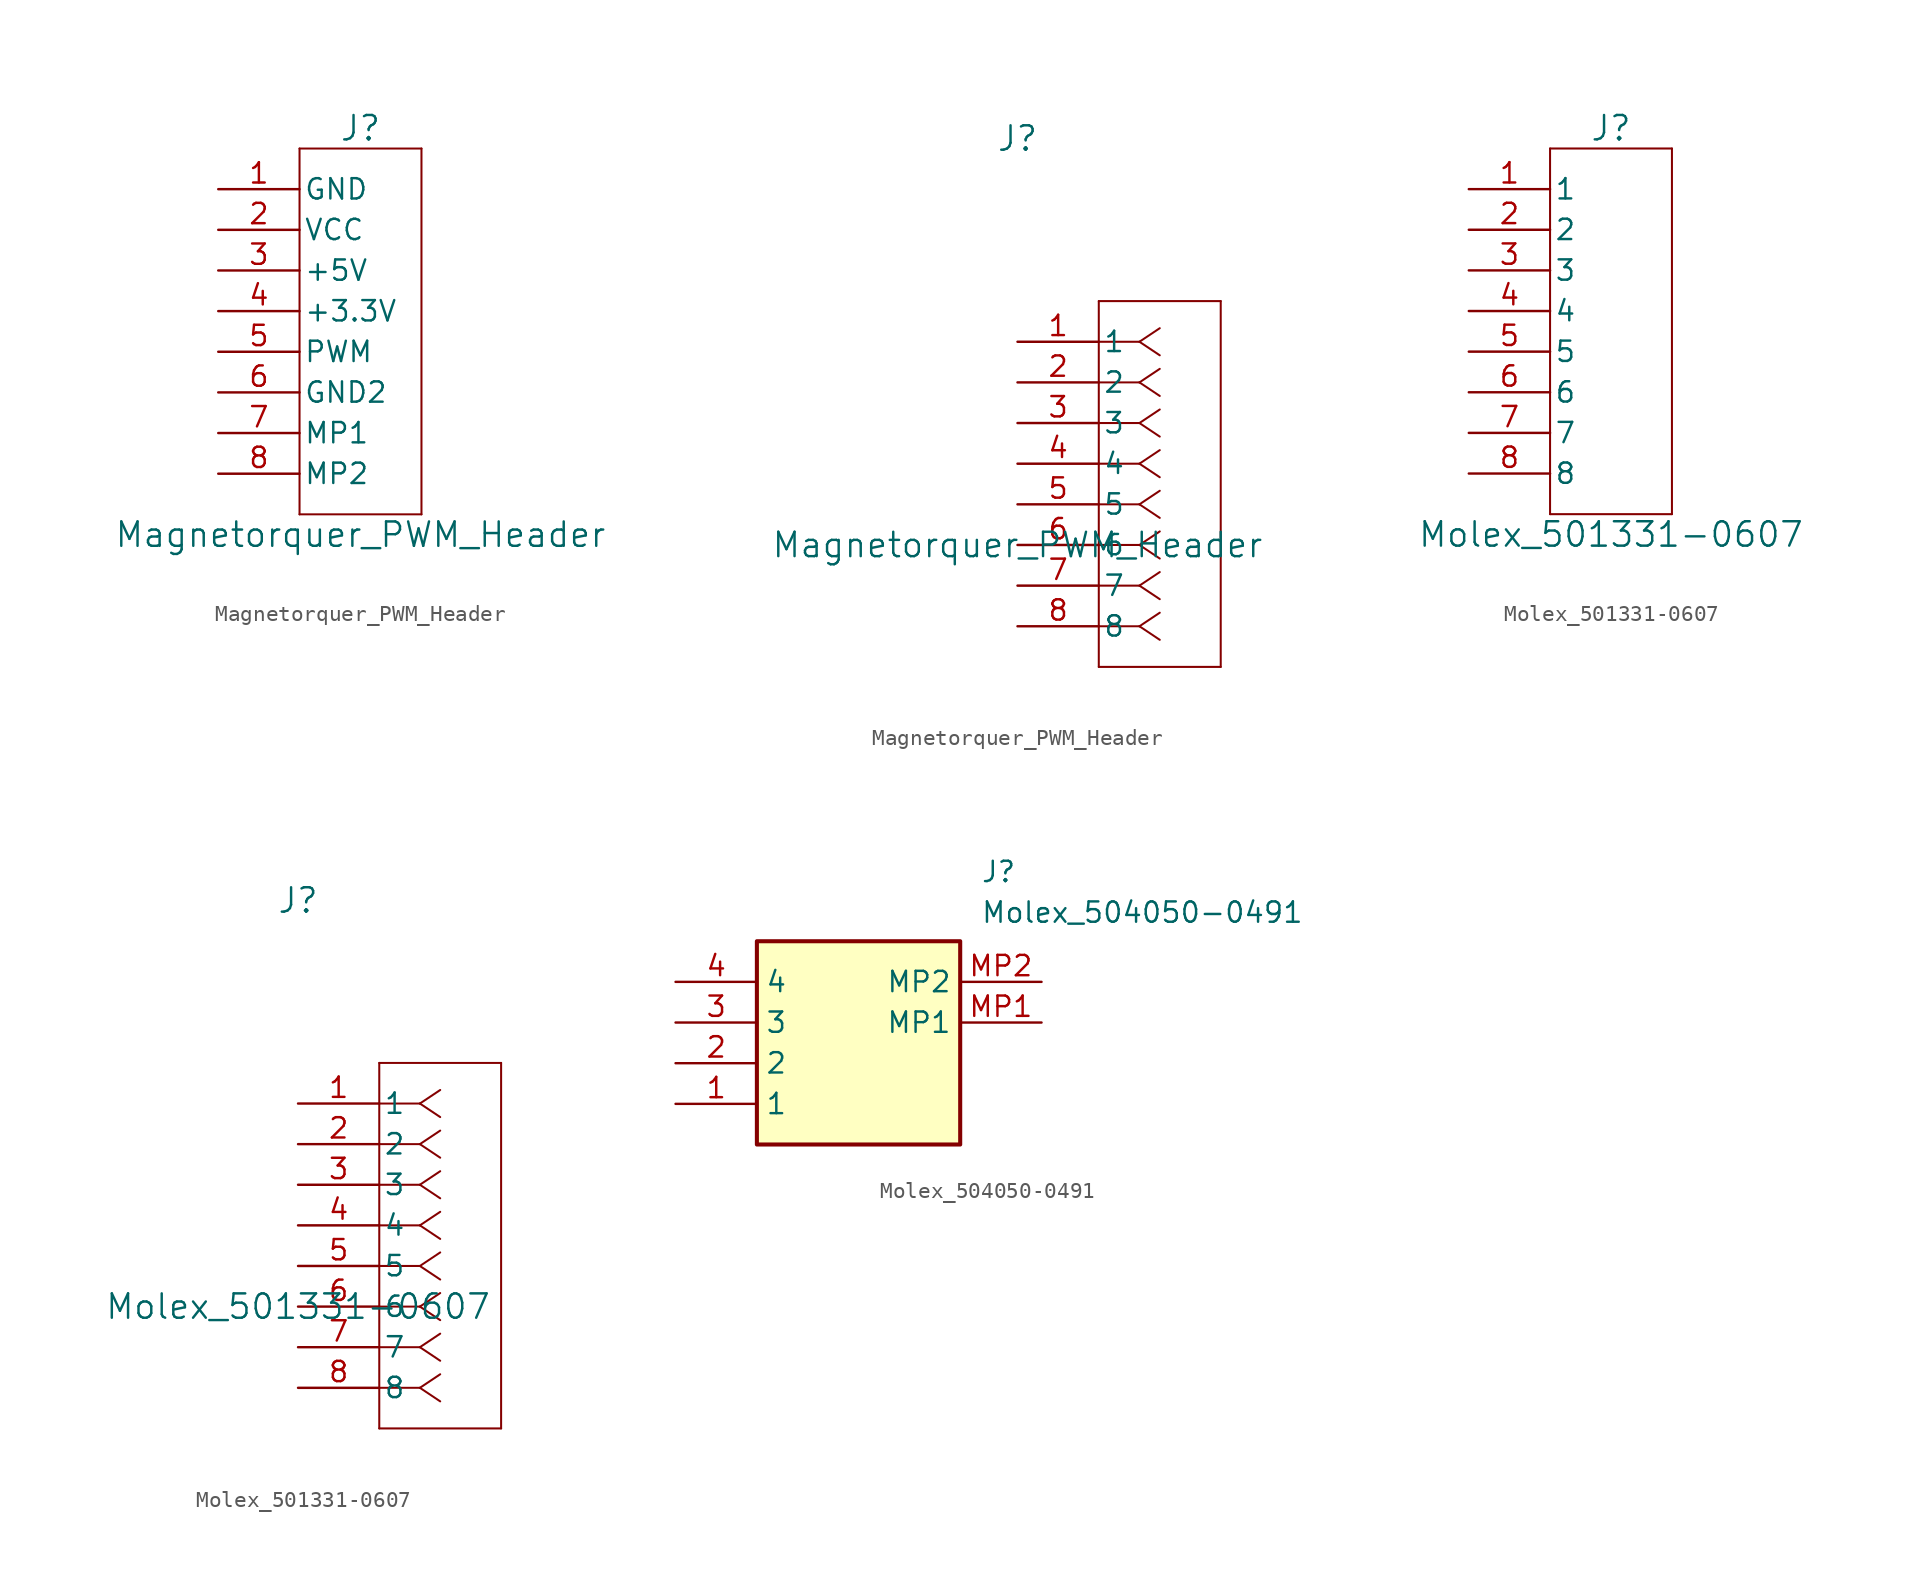
<source format=kicad_sym>
(kicad_symbol_lib
  (version 20220914)
  (generator kicad_symbol_editor)
  (symbol "Magnetorquer_PWM_Header"
    (pin_names
      (offset 0.254))
    (property "Reference" "J"
      (at 0 12.7 0)
      (effects (font (size 1.524 1.524))))
    (property "Value" "Magnetorquer_PWM_Header"
      (at 0 -12.7 0)
      (effects (font (size 1.524 1.524))))
    (symbol "Magnetorquer_PWM_Header_1_1"
      (polyline (pts (xy -3.81 -11.43) (xy 3.81 -11.43)) (stroke (width 0.127) (type default)) (fill (type none)))
      (polyline (pts (xy -3.81 11.43) (xy -3.81 -11.43)) (stroke (width 0.127) (type default)) (fill (type none)))
      (polyline (pts (xy 3.81 -11.43) (xy 3.81 11.43)) (stroke (width 0.127) (type default)) (fill (type none)))
      (polyline (pts (xy 3.81 11.43) (xy -3.81 11.43)) (stroke (width 0.127) (type default)) (fill (type none)))
      (pin power_out line (at -8.89 8.89 0) (length 5.08) (name "GND" (effects (font (size 1.27 1.27)))) (number "1" (effects (font (size 1.27 1.27)))))
      (pin power_out line (at -8.89 6.35 0) (length 5.08) (name "VCC" (effects (font (size 1.27 1.27)))) (number "2" (effects (font (size 1.27 1.27)))))
      (pin power_out line (at -8.89 3.81 0) (length 5.08) (name "+5V" (effects (font (size 1.27 1.27)))) (number "3" (effects (font (size 1.27 1.27)))))
      (pin power_out line (at -8.89 1.27 0) (length 5.08) (name "+3.3V" (effects (font (size 1.27 1.27)))) (number "4" (effects (font (size 1.27 1.27)))))
      (pin output line (at -8.89 -1.27 0) (length 5.08) (name "PWM" (effects (font (size 1.27 1.27)))) (number "5" (effects (font (size 1.27 1.27)))))
      (pin power_out line (at -8.89 -3.81 0) (length 5.08) (name "GND2" (effects (font (size 1.27 1.27)))) (number "6" (effects (font (size 1.27 1.27)))))
      (pin passive line (at -8.89 -6.35 0) (length 5.08) (name "MP1" (effects (font (size 1.27 1.27)))) (number "7" (effects (font (size 1.27 1.27)))))
      (pin passive line (at -8.89 -8.89 0) (length 5.08) (name "MP2" (effects (font (size 1.27 1.27)))) (number "8" (effects (font (size 1.27 1.27))))))
    (symbol "Magnetorquer_PWM_Header_1_2"
      (polyline (pts (xy 5.08 -20.32) (xy 12.7 -20.32)) (stroke (width 0.127) (type default)) (fill (type none)))
      (polyline (pts (xy 5.08 2.54) (xy 5.08 -20.32)) (stroke (width 0.127) (type default)) (fill (type none)))
      (polyline (pts (xy 7.62 -17.78) (xy 5.08 -17.78)) (stroke (width 0.127) (type default)) (fill (type none)))
      (polyline (pts (xy 7.62 -17.78) (xy 8.89 -18.627)) (stroke (width 0.127) (type default)) (fill (type none)))
      (polyline (pts (xy 7.62 -17.78) (xy 8.89 -16.933)) (stroke (width 0.127) (type default)) (fill (type none)))
      (polyline (pts (xy 7.62 -15.24) (xy 5.08 -15.24)) (stroke (width 0.127) (type default)) (fill (type none)))
      (polyline (pts (xy 7.62 -15.24) (xy 8.89 -16.087)) (stroke (width 0.127) (type default)) (fill (type none)))
      (polyline (pts (xy 7.62 -15.24) (xy 8.89 -14.393)) (stroke (width 0.127) (type default)) (fill (type none)))
      (polyline (pts (xy 7.62 -12.7) (xy 5.08 -12.7)) (stroke (width 0.127) (type default)) (fill (type none)))
      (polyline (pts (xy 7.62 -12.7) (xy 8.89 -13.547)) (stroke (width 0.127) (type default)) (fill (type none)))
      (polyline (pts (xy 7.62 -12.7) (xy 8.89 -11.853)) (stroke (width 0.127) (type default)) (fill (type none)))
      (polyline (pts (xy 7.62 -10.16) (xy 5.08 -10.16)) (stroke (width 0.127) (type default)) (fill (type none)))
      (polyline (pts (xy 7.62 -10.16) (xy 8.89 -11.007)) (stroke (width 0.127) (type default)) (fill (type none)))
      (polyline (pts (xy 7.62 -10.16) (xy 8.89 -9.313)) (stroke (width 0.127) (type default)) (fill (type none)))
      (polyline (pts (xy 7.62 -7.62) (xy 5.08 -7.62)) (stroke (width 0.127) (type default)) (fill (type none)))
      (polyline (pts (xy 7.62 -7.62) (xy 8.89 -8.467)) (stroke (width 0.127) (type default)) (fill (type none)))
      (polyline (pts (xy 7.62 -7.62) (xy 8.89 -6.773)) (stroke (width 0.127) (type default)) (fill (type none)))
      (polyline (pts (xy 7.62 -5.08) (xy 5.08 -5.08)) (stroke (width 0.127) (type default)) (fill (type none)))
      (polyline (pts (xy 7.62 -5.08) (xy 8.89 -5.927)) (stroke (width 0.127) (type default)) (fill (type none)))
      (polyline (pts (xy 7.62 -5.08) (xy 8.89 -4.233)) (stroke (width 0.127) (type default)) (fill (type none)))
      (polyline (pts (xy 7.62 -2.54) (xy 5.08 -2.54)) (stroke (width 0.127) (type default)) (fill (type none)))
      (polyline (pts (xy 7.62 -2.54) (xy 8.89 -3.387)) (stroke (width 0.127) (type default)) (fill (type none)))
      (polyline (pts (xy 7.62 -2.54) (xy 8.89 -1.693)) (stroke (width 0.127) (type default)) (fill (type none)))
      (polyline (pts (xy 7.62 0) (xy 5.08 0)) (stroke (width 0.127) (type default)) (fill (type none)))
      (polyline (pts (xy 7.62 0) (xy 8.89 -0.847)) (stroke (width 0.127) (type default)) (fill (type none)))
      (polyline (pts (xy 7.62 0) (xy 8.89 0.847)) (stroke (width 0.127) (type default)) (fill (type none)))
      (polyline (pts (xy 12.7 -20.32) (xy 12.7 2.54)) (stroke (width 0.127) (type default)) (fill (type none)))
      (polyline (pts (xy 12.7 2.54) (xy 5.08 2.54)) (stroke (width 0.127) (type default)) (fill (type none)))
      (pin unspecified line (at 0 0 0) (length 5.08) (name "1" (effects (font (size 1.27 1.27)))) (number "1" (effects (font (size 1.27 1.27)))))
      (pin unspecified line (at 0 -2.54 0) (length 5.08) (name "2" (effects (font (size 1.27 1.27)))) (number "2" (effects (font (size 1.27 1.27)))))
      (pin unspecified line (at 0 -5.08 0) (length 5.08) (name "3" (effects (font (size 1.27 1.27)))) (number "3" (effects (font (size 1.27 1.27)))))
      (pin unspecified line (at 0 -7.62 0) (length 5.08) (name "4" (effects (font (size 1.27 1.27)))) (number "4" (effects (font (size 1.27 1.27)))))
      (pin unspecified line (at 0 -10.16 0) (length 5.08) (name "5" (effects (font (size 1.27 1.27)))) (number "5" (effects (font (size 1.27 1.27)))))
      (pin unspecified line (at 0 -12.7 0) (length 5.08) (name "6" (effects (font (size 1.27 1.27)))) (number "6" (effects (font (size 1.27 1.27)))))
      (pin unspecified line (at 0 -15.24 0) (length 5.08) (name "7" (effects (font (size 1.27 1.27)))) (number "7" (effects (font (size 1.27 1.27)))))
      (pin unspecified line (at 0 -17.78 0) (length 5.08) (name "8" (effects (font (size 1.27 1.27)))) (number "8" (effects (font (size 1.27 1.27)))))))
  (symbol "Molex_501331-0607"
    (pin_names
      (offset 0.254))
    (property "Reference" "J"
      (at 0 12.7 0)
      (effects (font (size 1.524 1.524))))
    (property "Value" "Molex_501331-0607"
      (at 0 -12.7 0)
      (effects (font (size 1.524 1.524))))
    (symbol "Molex_501331-0607_1_1"
      (polyline (pts (xy -3.81 -11.43) (xy 3.81 -11.43)) (stroke (width 0.127) (type default)) (fill (type none)))
      (polyline (pts (xy -3.81 11.43) (xy -3.81 -11.43)) (stroke (width 0.127) (type default)) (fill (type none)))
      (polyline (pts (xy 3.81 -11.43) (xy 3.81 11.43)) (stroke (width 0.127) (type default)) (fill (type none)))
      (polyline (pts (xy 3.81 11.43) (xy -3.81 11.43)) (stroke (width 0.127) (type default)) (fill (type none)))
      (pin unspecified line (at -8.89 8.89 0) (length 5.08) (name "1" (effects (font (size 1.27 1.27)))) (number "1" (effects (font (size 1.27 1.27)))))
      (pin unspecified line (at -8.89 6.35 0) (length 5.08) (name "2" (effects (font (size 1.27 1.27)))) (number "2" (effects (font (size 1.27 1.27)))))
      (pin unspecified line (at -8.89 3.81 0) (length 5.08) (name "3" (effects (font (size 1.27 1.27)))) (number "3" (effects (font (size 1.27 1.27)))))
      (pin unspecified line (at -8.89 1.27 0) (length 5.08) (name "4" (effects (font (size 1.27 1.27)))) (number "4" (effects (font (size 1.27 1.27)))))
      (pin unspecified line (at -8.89 -1.27 0) (length 5.08) (name "5" (effects (font (size 1.27 1.27)))) (number "5" (effects (font (size 1.27 1.27)))))
      (pin unspecified line (at -8.89 -3.81 0) (length 5.08) (name "6" (effects (font (size 1.27 1.27)))) (number "6" (effects (font (size 1.27 1.27)))))
      (pin unspecified line (at -8.89 -6.35 0) (length 5.08) (name "7" (effects (font (size 1.27 1.27)))) (number "7" (effects (font (size 1.27 1.27)))))
      (pin unspecified line (at -8.89 -8.89 0) (length 5.08) (name "8" (effects (font (size 1.27 1.27)))) (number "8" (effects (font (size 1.27 1.27))))))
    (symbol "Molex_501331-0607_1_2"
      (polyline (pts (xy 5.08 -20.32) (xy 12.7 -20.32)) (stroke (width 0.127) (type default)) (fill (type none)))
      (polyline (pts (xy 5.08 2.54) (xy 5.08 -20.32)) (stroke (width 0.127) (type default)) (fill (type none)))
      (polyline (pts (xy 7.62 -17.78) (xy 5.08 -17.78)) (stroke (width 0.127) (type default)) (fill (type none)))
      (polyline (pts (xy 7.62 -17.78) (xy 8.89 -18.627)) (stroke (width 0.127) (type default)) (fill (type none)))
      (polyline (pts (xy 7.62 -17.78) (xy 8.89 -16.933)) (stroke (width 0.127) (type default)) (fill (type none)))
      (polyline (pts (xy 7.62 -15.24) (xy 5.08 -15.24)) (stroke (width 0.127) (type default)) (fill (type none)))
      (polyline (pts (xy 7.62 -15.24) (xy 8.89 -16.087)) (stroke (width 0.127) (type default)) (fill (type none)))
      (polyline (pts (xy 7.62 -15.24) (xy 8.89 -14.393)) (stroke (width 0.127) (type default)) (fill (type none)))
      (polyline (pts (xy 7.62 -12.7) (xy 5.08 -12.7)) (stroke (width 0.127) (type default)) (fill (type none)))
      (polyline (pts (xy 7.62 -12.7) (xy 8.89 -13.547)) (stroke (width 0.127) (type default)) (fill (type none)))
      (polyline (pts (xy 7.62 -12.7) (xy 8.89 -11.853)) (stroke (width 0.127) (type default)) (fill (type none)))
      (polyline (pts (xy 7.62 -10.16) (xy 5.08 -10.16)) (stroke (width 0.127) (type default)) (fill (type none)))
      (polyline (pts (xy 7.62 -10.16) (xy 8.89 -11.007)) (stroke (width 0.127) (type default)) (fill (type none)))
      (polyline (pts (xy 7.62 -10.16) (xy 8.89 -9.313)) (stroke (width 0.127) (type default)) (fill (type none)))
      (polyline (pts (xy 7.62 -7.62) (xy 5.08 -7.62)) (stroke (width 0.127) (type default)) (fill (type none)))
      (polyline (pts (xy 7.62 -7.62) (xy 8.89 -8.467)) (stroke (width 0.127) (type default)) (fill (type none)))
      (polyline (pts (xy 7.62 -7.62) (xy 8.89 -6.773)) (stroke (width 0.127) (type default)) (fill (type none)))
      (polyline (pts (xy 7.62 -5.08) (xy 5.08 -5.08)) (stroke (width 0.127) (type default)) (fill (type none)))
      (polyline (pts (xy 7.62 -5.08) (xy 8.89 -5.927)) (stroke (width 0.127) (type default)) (fill (type none)))
      (polyline (pts (xy 7.62 -5.08) (xy 8.89 -4.233)) (stroke (width 0.127) (type default)) (fill (type none)))
      (polyline (pts (xy 7.62 -2.54) (xy 5.08 -2.54)) (stroke (width 0.127) (type default)) (fill (type none)))
      (polyline (pts (xy 7.62 -2.54) (xy 8.89 -3.387)) (stroke (width 0.127) (type default)) (fill (type none)))
      (polyline (pts (xy 7.62 -2.54) (xy 8.89 -1.693)) (stroke (width 0.127) (type default)) (fill (type none)))
      (polyline (pts (xy 7.62 0) (xy 5.08 0)) (stroke (width 0.127) (type default)) (fill (type none)))
      (polyline (pts (xy 7.62 0) (xy 8.89 -0.847)) (stroke (width 0.127) (type default)) (fill (type none)))
      (polyline (pts (xy 7.62 0) (xy 8.89 0.847)) (stroke (width 0.127) (type default)) (fill (type none)))
      (polyline (pts (xy 12.7 -20.32) (xy 12.7 2.54)) (stroke (width 0.127) (type default)) (fill (type none)))
      (polyline (pts (xy 12.7 2.54) (xy 5.08 2.54)) (stroke (width 0.127) (type default)) (fill (type none)))
      (pin unspecified line (at 0 0 0) (length 5.08) (name "1" (effects (font (size 1.27 1.27)))) (number "1" (effects (font (size 1.27 1.27)))))
      (pin unspecified line (at 0 -2.54 0) (length 5.08) (name "2" (effects (font (size 1.27 1.27)))) (number "2" (effects (font (size 1.27 1.27)))))
      (pin unspecified line (at 0 -5.08 0) (length 5.08) (name "3" (effects (font (size 1.27 1.27)))) (number "3" (effects (font (size 1.27 1.27)))))
      (pin unspecified line (at 0 -7.62 0) (length 5.08) (name "4" (effects (font (size 1.27 1.27)))) (number "4" (effects (font (size 1.27 1.27)))))
      (pin unspecified line (at 0 -10.16 0) (length 5.08) (name "5" (effects (font (size 1.27 1.27)))) (number "5" (effects (font (size 1.27 1.27)))))
      (pin unspecified line (at 0 -12.7 0) (length 5.08) (name "6" (effects (font (size 1.27 1.27)))) (number "6" (effects (font (size 1.27 1.27)))))
      (pin unspecified line (at 0 -15.24 0) (length 5.08) (name "7" (effects (font (size 1.27 1.27)))) (number "7" (effects (font (size 1.27 1.27)))))
      (pin unspecified line (at 0 -17.78 0) (length 5.08) (name "8" (effects (font (size 1.27 1.27)))) (number "8" (effects (font (size 1.27 1.27)))))))
  (symbol "Molex_504050-0491"
    (property "Reference" "J"
      (at 19.05 7.62 0)
      (effects (font (size 1.27 1.27)) (justify left top)))
    (property "Value" "Molex_504050-0491"
      (at 19.05 5.08 0)
      (effects (font (size 1.27 1.27)) (justify left top)))
    (symbol "Molex_504050-0491_1_1"
      (rectangle (start 5.08 2.54) (end 17.78 -10.16) (stroke (width 0.254) (type default)) (fill (type background)))
      (pin passive line (at 0 -7.62 0) (length 5.08) (name "1" (effects (font (size 1.27 1.27)))) (number "1" (effects (font (size 1.27 1.27)))))
      (pin passive line (at 0 -5.08 0) (length 5.08) (name "2" (effects (font (size 1.27 1.27)))) (number "2" (effects (font (size 1.27 1.27)))))
      (pin passive line (at 0 -2.54 0) (length 5.08) (name "3" (effects (font (size 1.27 1.27)))) (number "3" (effects (font (size 1.27 1.27)))))
      (pin passive line (at 0 0 0) (length 5.08) (name "4" (effects (font (size 1.27 1.27)))) (number "4" (effects (font (size 1.27 1.27)))))
      (pin passive line (at 22.86 -2.54 180) (length 5.08) (name "MP1" (effects (font (size 1.27 1.27)))) (number "MP1" (effects (font (size 1.27 1.27)))))
      (pin passive line (at 22.86 0 180) (length 5.08) (name "MP2" (effects (font (size 1.27 1.27)))) (number "MP2" (effects (font (size 1.27 1.27))))))))
</source>
